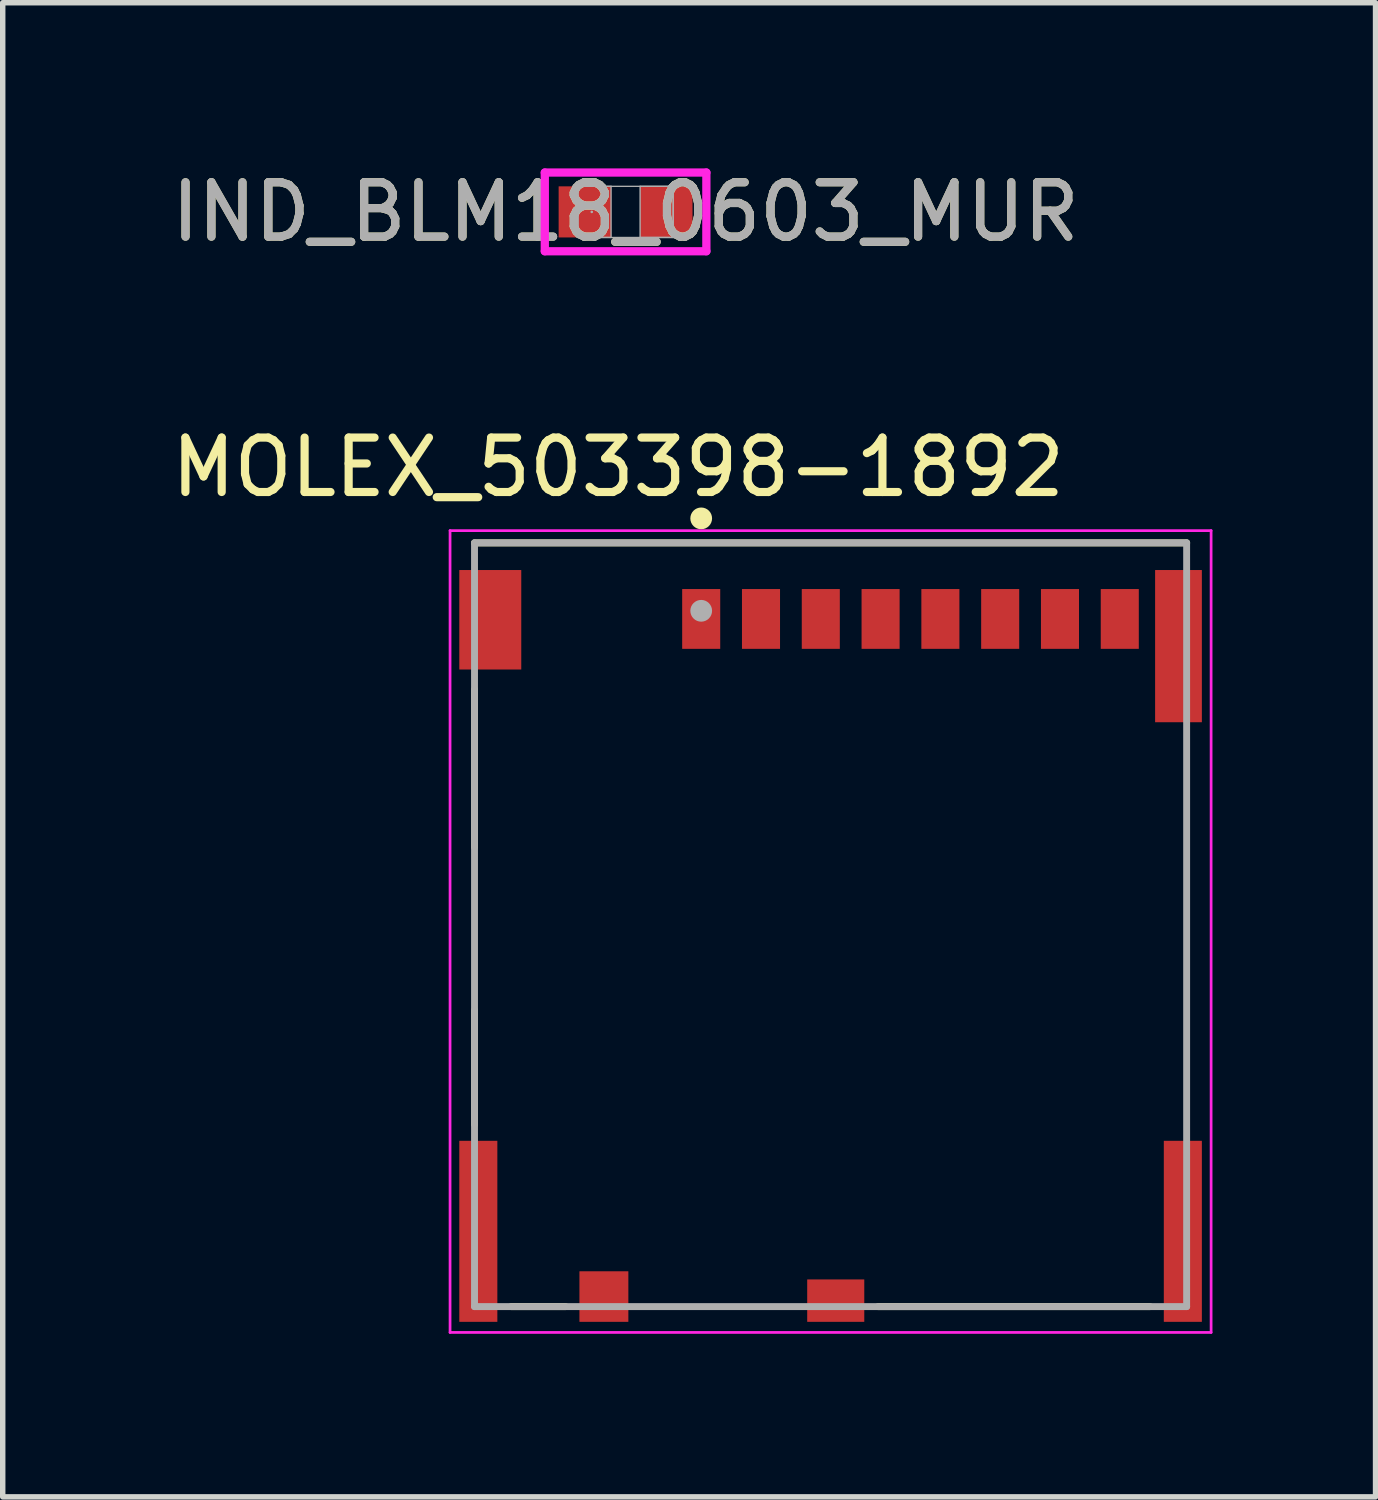
<source format=kicad_pcb>
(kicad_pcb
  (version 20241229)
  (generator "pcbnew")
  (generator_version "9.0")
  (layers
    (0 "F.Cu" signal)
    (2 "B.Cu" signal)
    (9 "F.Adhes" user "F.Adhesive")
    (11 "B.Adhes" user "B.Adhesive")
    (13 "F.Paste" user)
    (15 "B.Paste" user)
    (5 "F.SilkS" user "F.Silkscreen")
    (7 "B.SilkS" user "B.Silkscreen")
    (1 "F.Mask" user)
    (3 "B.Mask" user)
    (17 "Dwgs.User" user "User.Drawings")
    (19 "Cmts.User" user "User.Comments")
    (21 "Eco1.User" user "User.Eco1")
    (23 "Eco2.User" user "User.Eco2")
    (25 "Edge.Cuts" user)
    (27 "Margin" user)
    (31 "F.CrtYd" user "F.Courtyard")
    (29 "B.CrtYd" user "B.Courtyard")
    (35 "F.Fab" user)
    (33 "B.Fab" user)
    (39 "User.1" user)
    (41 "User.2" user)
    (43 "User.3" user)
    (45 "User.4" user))
  (footprint "MOLEX_503398-1892"
    (layer "F.Cu")
    (at 12.229 13.961)
    (property "Reference" "MOLEX_503398-1892" (at -3.908 -8.416 0) (layer "F.SilkS") (effects (font (size 1.001 1.001) (thickness 0.15))))
    (attr smd)
    (fp_line (start -6.55 -7.025) (end 6.55 -7.025) (stroke (width 0.127) (type solid)) (layer "F.SilkS"))
    (fp_line (start -6.55 -4.325) (end -6.55 -1.425) (stroke (width 0.127) (type solid)) (layer "F.SilkS"))
    (fp_line (start -6.55 1.575) (end -6.55 3.675) (stroke (width 0.127) (type solid)) (layer "F.SilkS"))
    (fp_line (start -5.876 7.025) (end -4.874 7.025) (stroke (width 0.127) (type solid)) (layer "F.SilkS"))
    (fp_line (start 0.874 7.025) (end 5.876 7.025) (stroke (width 0.127) (type solid)) (layer "F.SilkS"))
    (fp_circle (center -2.38 -7.475) (end -2.28 -7.475) (stroke (width 0.2) (type solid)) (fill no) (layer "F.SilkS"))
    (fp_line (start -7 -7.25) (end 7 -7.25) (stroke (width 0.05) (type solid)) (layer "F.CrtYd"))
    (fp_line (start -7 7.5) (end -7 -7.25) (stroke (width 0.05) (type solid)) (layer "F.CrtYd"))
    (fp_line (start 7 -7.25) (end 7 7.5) (stroke (width 0.05) (type solid)) (layer "F.CrtYd"))
    (fp_line (start 7 7.5) (end -7 7.5) (stroke (width 0.05) (type solid)) (layer "F.CrtYd"))
    (fp_line (start -6.55 -7.025) (end 6.55 -7.025) (stroke (width 0.127) (type solid)) (layer "F.Fab"))
    (fp_line (start -6.55 7.025) (end -6.55 -7.025) (stroke (width 0.127) (type solid)) (layer "F.Fab"))
    (fp_line (start 6.55 -7.025) (end 6.55 7.025) (stroke (width 0.127) (type solid)) (layer "F.Fab"))
    (fp_line (start 6.55 7.025) (end -6.55 7.025) (stroke (width 0.127) (type solid)) (layer "F.Fab"))
    (fp_circle (center -2.38 -5.775) (end -2.28 -5.775) (stroke (width 0.2) (type solid)) (fill no) (layer "F.Fab"))
    (pad "1" smd rect (at -2.38 -5.625) (size 0.7 1.1) (layers "F.Cu" "F.Mask" "F.Paste"))
    (pad "2" smd rect (at -1.28 -5.625) (size 0.7 1.1) (layers "F.Cu" "F.Mask" "F.Paste"))
    (pad "3" smd rect (at -0.18 -5.625) (size 0.7 1.1) (layers "F.Cu" "F.Mask" "F.Paste"))
    (pad "4" smd rect (at 0.92 -5.625) (size 0.7 1.1) (layers "F.Cu" "F.Mask" "F.Paste"))
    (pad "5" smd rect (at 2.02 -5.625) (size 0.7 1.1) (layers "F.Cu" "F.Mask" "F.Paste"))
    (pad "6" smd rect (at 3.12 -5.625) (size 0.7 1.1) (layers "F.Cu" "F.Mask" "F.Paste"))
    (pad "7" smd rect (at 4.22 -5.625) (size 0.7 1.1) (layers "F.Cu" "F.Mask" "F.Paste"))
    (pad "8" smd rect (at 5.32 -5.625) (size 0.7 1.1) (layers "F.Cu" "F.Mask" "F.Paste"))
    (pad "9" smd rect (at -4.17 6.84) (size 0.9 0.93) (layers "F.Cu" "F.Mask" "F.Paste"))
    (pad "10" smd rect (at 0.095 6.915) (size 1.05 0.78) (layers "F.Cu" "F.Mask" "F.Paste"))
    (pad "P1" smd rect (at -6.26 -5.61) (size 1.14 1.83) (layers "F.Cu" "F.Mask" "F.Paste"))
    (pad "P2" smd rect (at 6.4 -5.125) (size 0.86 2.8) (layers "F.Cu" "F.Mask" "F.Paste"))
    (pad "P3" smd rect (at -6.48 5.64) (size 0.7 3.33) (layers "F.Cu" "F.Mask" "F.Paste"))
    (pad "P4" smd rect (at 6.48 5.64) (size 0.7 3.33) (layers "F.Cu" "F.Mask" "F.Paste"))
    (zone (net_name "") (layer "F.Cu") (hatch full 0.508) (connect_pads) (min_thickness 0.01) (filled_areas_thickness no) (keepout (tracks not_allowed) (vias not_allowed) (pads not_allowed) (copperpour not_allowed) (footprints allowed)) (placement (enabled no)) (fill) (polygon (pts (xy 5.392 12.836) (xy 6.099 12.836) (xy 6.099 15.237) (xy 5.392 15.237))))
    (zone (net_name "") (layer "F.Cu") (hatch full 0.508) (connect_pads) (min_thickness 0.01) (filled_areas_thickness no) (keepout (tracks not_allowed) (vias not_allowed) (pads not_allowed) (copperpour not_allowed) (footprints allowed)) (placement (enabled no)) (fill) (polygon (pts (xy 6.983 18.536) (xy 7.544 18.536) (xy 7.544 20.699) (xy 6.983 20.699))))
    (zone (net_name "") (layer "F.Cu") (hatch full 0.508) (connect_pads) (min_thickness 0.01) (filled_areas_thickness no) (keepout (tracks not_allowed) (vias not_allowed) (pads not_allowed) (copperpour not_allowed) (footprints allowed)) (placement (enabled no)) (fill) (polygon (pts (xy 9.006 20.336) (xy 9.559 20.336) (xy 9.559 20.891) (xy 9.006 20.891))))
    (zone (net_name "") (layer "F.Cu") (hatch full 0.508) (connect_pads) (min_thickness 0.0001) (filled_areas_thickness no) (keepout (tracks not_allowed) (vias not_allowed) (pads not_allowed) (copperpour not_allowed) (footprints allowed)) (placement (enabled no)) (fill) (polygon (pts (xy 9.059 10.236) (xy 9.059 15.236) (xy 8.409 15.236) (xy 8.409 17.836) (xy 12.799 17.836) (xy 12.799 19.086) (xy 10.499 19.086) (xy 10.499 21.266) (xy 11.799 21.266) (xy 11.799 20.486) (xy 18.359 20.486) (xy 18.359 17.936) (xy 19.059 17.936) (xy 19.059 10.236))))
    (zone (net_name "") (layers "F.Cu" "B.Cu") (hatch full 0.508) (connect_pads) (min_thickness 0.01) (filled_areas_thickness no) (keepout (tracks allowed) (vias not_allowed) (pads allowed) (copperpour allowed) (footprints allowed)) (placement (enabled no)) (fill) (polygon (pts (xy 5.387 12.836) (xy 6.099 12.836) (xy 6.099 15.238) (xy 5.387 15.238))))
    (zone (net_name "") (layers "F.Cu" "B.Cu") (hatch full 0.508) (connect_pads) (min_thickness 0.01) (filled_areas_thickness no) (keepout (tracks allowed) (vias not_allowed) (pads allowed) (copperpour allowed) (footprints allowed)) (placement (enabled no)) (fill) (polygon (pts (xy 6.99 18.536) (xy 7.544 18.536) (xy 7.544 20.691) (xy 6.99 20.691))))
    (zone (net_name "") (layers "F.Cu" "B.Cu") (hatch full 0.508) (connect_pads) (min_thickness 0.01) (filled_areas_thickness no) (keepout (tracks allowed) (vias not_allowed) (pads allowed) (copperpour allowed) (footprints allowed)) (placement (enabled no)) (fill) (polygon (pts (xy 9.003 20.336) (xy 9.559 20.336) (xy 9.559 20.898) (xy 9.003 20.898))))
    (zone (net_name "") (layers "F.Cu" "B.Cu") (hatch full 0.508) (connect_pads) (min_thickness 0.0001) (filled_areas_thickness no) (keepout (tracks allowed) (vias not_allowed) (pads allowed) (copperpour allowed) (footprints allowed)) (placement (enabled no)) (fill) (polygon (pts (xy 9.059 10.236) (xy 9.059 15.236) (xy 8.409 15.236) (xy 8.409 17.836) (xy 12.799 17.836) (xy 12.799 19.086) (xy 10.499 19.086) (xy 10.499 21.266) (xy 11.799 21.266) (xy 11.799 20.486) (xy 18.359 20.486) (xy 18.359 17.936) (xy 19.059 17.936) (xy 19.059 10.236)))))
  (footprint "IND_BLM18_0603_MUR"
    (layer "F.Cu")
    (at 8.458 0.848)
    (property "Reference" "IND_BLM18_0603_MUR" (at 0 0 0) (unlocked yes) (layer "F.SilkS") (effects (font (size 1 1) (thickness 0.15))))
    (attr smd)
    (fp_line (start -1.486 -0.724) (end 1.486 -0.724) (stroke (width 0.152) (type solid)) (layer "F.CrtYd"))
    (fp_line (start -1.486 0.724) (end -1.486 -0.724) (stroke (width 0.152) (type solid)) (layer "F.CrtYd"))
    (fp_line (start 1.486 -0.724) (end 1.486 0.724) (stroke (width 0.152) (type solid)) (layer "F.CrtYd"))
    (fp_line (start 1.486 0.724) (end -1.486 0.724) (stroke (width 0.152) (type solid)) (layer "F.CrtYd"))
    (fp_line (start -0.876 -0.47) (end -0.876 0.47) (stroke (width 0.025) (type solid)) (layer "F.Fab"))
    (fp_line (start -0.876 -0.47) (end -0.876 0.47) (stroke (width 0.025) (type solid)) (layer "F.Fab"))
    (fp_line (start -0.876 0.47) (end -0.267 0.47) (stroke (width 0.025) (type solid)) (layer "F.Fab"))
    (fp_line (start -0.876 0.47) (end 0.876 0.47) (stroke (width 0.025) (type solid)) (layer "F.Fab"))
    (fp_line (start -0.267 -0.47) (end -0.876 -0.47) (stroke (width 0.025) (type solid)) (layer "F.Fab"))
    (fp_line (start -0.267 0.47) (end -0.267 -0.47) (stroke (width 0.025) (type solid)) (layer "F.Fab"))
    (fp_line (start 0.267 -0.47) (end 0.267 0.47) (stroke (width 0.025) (type solid)) (layer "F.Fab"))
    (fp_line (start 0.267 0.47) (end 0.876 0.47) (stroke (width 0.025) (type solid)) (layer "F.Fab"))
    (fp_line (start 0.876 -0.47) (end -0.876 -0.47) (stroke (width 0.025) (type solid)) (layer "F.Fab"))
    (fp_line (start 0.876 -0.47) (end 0.267 -0.47) (stroke (width 0.025) (type solid)) (layer "F.Fab"))
    (fp_line (start 0.876 0.47) (end 0.876 -0.47) (stroke (width 0.025) (type solid)) (layer "F.Fab"))
    (fp_line (start 0.876 0.47) (end 0.876 -0.47) (stroke (width 0.025) (type solid)) (layer "F.Fab"))
    (fp_circle (center -0.622 0) (end -0.622 0) (stroke (width 0.025) (type solid)) (fill no) (layer "F.Fab"))
    (fp_text user "${REFERENCE}" (at 0 0 0) (unlocked yes) (layer "F.Fab") (effects (font (size 1 1) (thickness 0.15))))
    (pad "1" smd rect (at -0.749 0) (size 0.965 0.94) (layers "F.Cu" "F.Mask" "F.Paste"))
    (pad "2" smd rect (at 0.749 0) (size 0.965 0.94) (layers "F.Cu" "F.Mask" "F.Paste"))
    (zone (net_name "") (layer "F.Cu") (hatch full 0.508) (connect_pads) (min_thickness 0.254) (filled_areas_thickness no) (keepout (tracks not_allowed) (vias not_allowed) (pads allowed) (copperpour not_allowed) (footprints allowed)) (placement (enabled no)) (fill) (polygon (pts (xy 8.242 0.429) (xy 8.674 0.429) (xy 8.674 1.267) (xy 8.242 1.267)))))
  (gr_rect
    (start -3 -3)
    (end 22.254 24.486)
    (stroke (width 0.1) (type default))
    (fill no)
    (layer "Edge.Cuts")))
</source>
